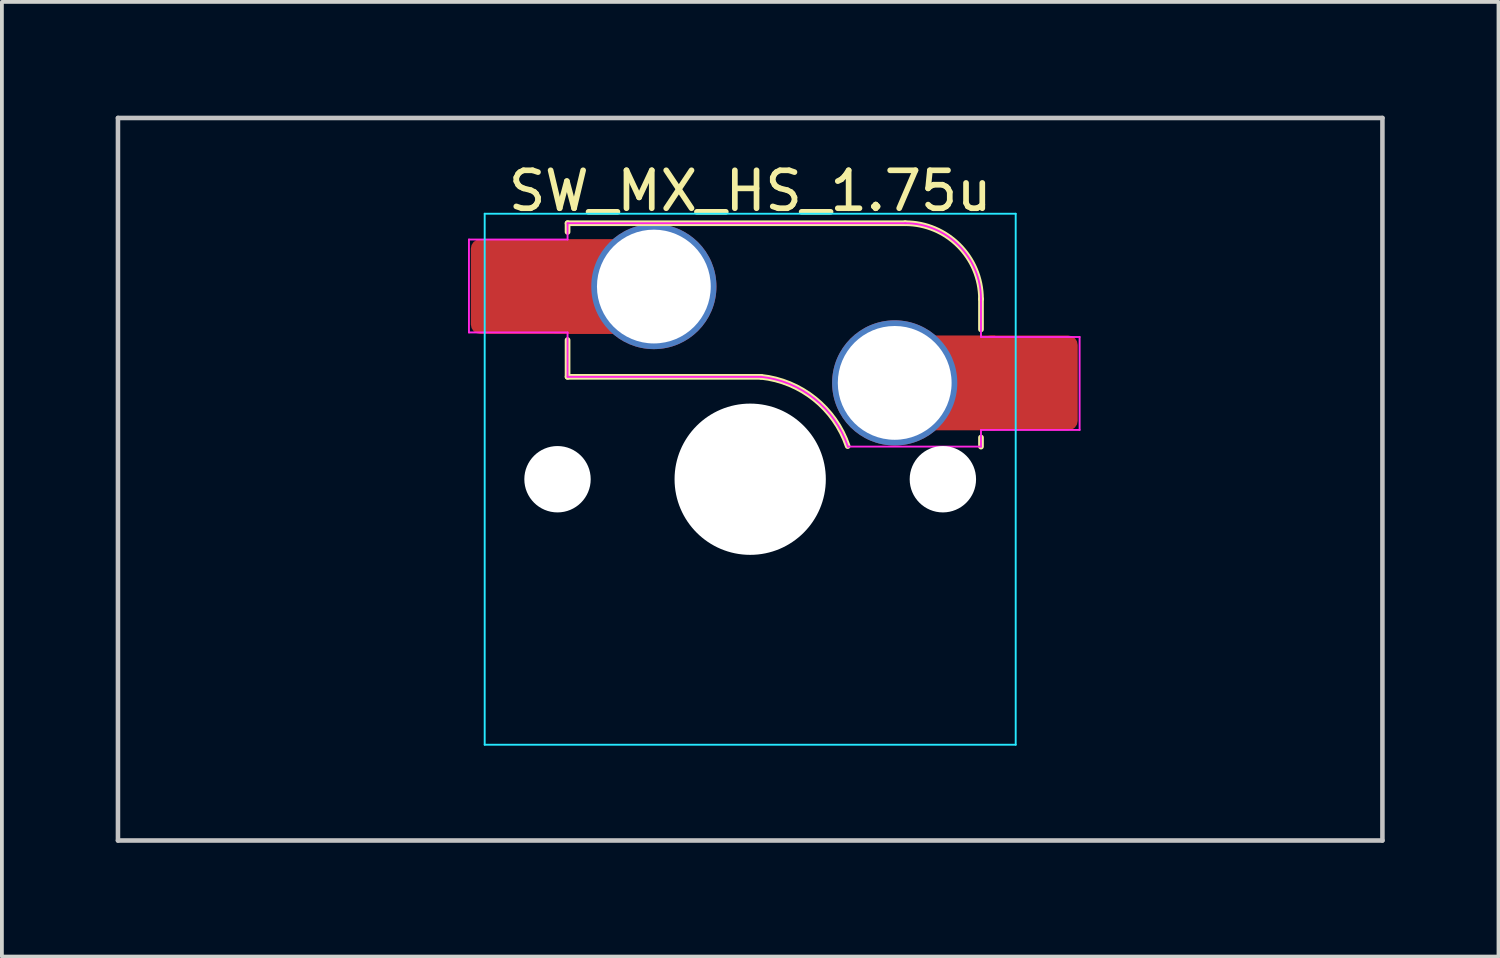
<source format=kicad_pcb>
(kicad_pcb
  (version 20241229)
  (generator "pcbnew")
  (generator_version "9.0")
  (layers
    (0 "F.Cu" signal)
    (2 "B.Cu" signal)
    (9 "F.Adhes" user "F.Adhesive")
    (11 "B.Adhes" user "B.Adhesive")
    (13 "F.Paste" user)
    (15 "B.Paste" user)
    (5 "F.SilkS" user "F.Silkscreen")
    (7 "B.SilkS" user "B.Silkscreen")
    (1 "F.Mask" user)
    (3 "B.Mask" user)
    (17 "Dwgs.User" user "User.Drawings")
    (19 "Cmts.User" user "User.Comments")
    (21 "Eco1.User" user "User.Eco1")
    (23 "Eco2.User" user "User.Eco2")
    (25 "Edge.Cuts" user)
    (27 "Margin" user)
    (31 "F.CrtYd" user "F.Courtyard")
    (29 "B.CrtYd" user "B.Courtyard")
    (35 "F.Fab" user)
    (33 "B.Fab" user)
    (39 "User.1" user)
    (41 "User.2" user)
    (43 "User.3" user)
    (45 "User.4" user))
  (footprint "SW_MX_HS_1.75u"
    (layer "F.Cu")
    (at 16.729 9.585)
    (property "Reference" "SW_MX_HS_1.75u" (at 0 -7.6 0) (layer "F.SilkS") (effects (font (size 1 1) (thickness 0.15))))
    (attr smd)
    (fp_line (start -4.815 -6.75) (end -4.815 -6.52) (stroke (width 0.15) (type solid)) (layer "F.SilkS"))
    (fp_line (start -4.815 -3.67) (end -4.815 -2.7) (stroke (width 0.15) (type solid)) (layer "F.SilkS"))
    (fp_line (start -4.815 -2.7) (end 0.285 -2.7) (stroke (width 0.15) (type solid)) (layer "F.SilkS"))
    (fp_line (start 4.085 -6.75) (end -4.815 -6.75) (stroke (width 0.15) (type solid)) (layer "F.SilkS"))
    (fp_line (start 6.085 -3.95) (end 6.085 -4.75) (stroke (width 0.15) (type solid)) (layer "F.SilkS"))
    (fp_line (start 6.085 -1.1) (end 6.085 -0.86) (stroke (width 0.15) (type solid)) (layer "F.SilkS"))
    (fp_arc (start 0.285176 -2.70022) (mid 1.695046 -2.121163) (end 2.570816 -0.873738) (stroke (width 0.15) (type solid)) (layer "F.SilkS"))
    (fp_arc (start 4.085176 -6.75022) (mid 5.49939 -6.164434) (end 6.085176 -4.75022) (stroke (width 0.15) (type solid)) (layer "F.SilkS"))
    (fp_line (start -16.669 -9.525) (end 16.669 -9.525) (stroke (width 0.12) (type solid)) (layer "Dwgs.User"))
    (fp_line (start -16.669 9.525) (end -16.669 -9.525) (stroke (width 0.12) (type solid)) (layer "Dwgs.User"))
    (fp_line (start 16.669 -9.525) (end 16.669 9.525) (stroke (width 0.12) (type solid)) (layer "Dwgs.User"))
    (fp_line (start 16.669 9.525) (end -16.669 9.525) (stroke (width 0.12) (type solid)) (layer "Dwgs.User"))
    (fp_line (start -7 -6.5) (end -7 6.5) (stroke (width 0.05) (type solid)) (layer "Eco2.User"))
    (fp_line (start -6.5 7) (end 6.5 7) (stroke (width 0.05) (type solid)) (layer "Eco2.User"))
    (fp_line (start 6.5 -7) (end -6.5 -7) (stroke (width 0.05) (type solid)) (layer "Eco2.User"))
    (fp_line (start 7 6.5) (end 7 -6.5) (stroke (width 0.05) (type solid)) (layer "Eco2.User"))
    (fp_arc (start -7 -6.5) (mid -6.853553 -6.853553) (end -6.5 -7) (stroke (width 0.05) (type solid)) (layer "Eco2.User"))
    (fp_arc (start -6.497236 6.998884) (mid -6.850789 6.852437) (end -6.997236 6.498884) (stroke (width 0.05) (type solid)) (layer "Eco2.User"))
    (fp_arc (start 6.5 -7) (mid 6.853553 -6.853553) (end 7 -6.5) (stroke (width 0.05) (type solid)) (layer "Eco2.User"))
    (fp_arc (start 7 6.5) (mid 6.853553 6.853553) (end 6.5 7) (stroke (width 0.05) (type solid)) (layer "Eco2.User"))
    (fp_line (start -7 -7) (end 7 -7) (stroke (width 0.05) (type solid)) (layer "B.CrtYd"))
    (fp_line (start -7 7) (end -7 -7) (stroke (width 0.05) (type solid)) (layer "B.CrtYd"))
    (fp_line (start 7 -7) (end 7 7) (stroke (width 0.05) (type solid)) (layer "B.CrtYd"))
    (fp_line (start 7 7) (end -7 7) (stroke (width 0.05) (type solid)) (layer "B.CrtYd"))
    (fp_line (start -7.415 -6.32) (end -4.815 -6.32) (stroke (width 0.05) (type solid)) (layer "F.CrtYd"))
    (fp_line (start -7.415 -3.87) (end -7.415 -6.32) (stroke (width 0.05) (type solid)) (layer "F.CrtYd"))
    (fp_line (start -4.815 -6.75) (end -4.815 -6.32) (stroke (width 0.05) (type solid)) (layer "F.CrtYd"))
    (fp_line (start -4.815 -3.87) (end -7.415 -3.87) (stroke (width 0.05) (type solid)) (layer "F.CrtYd"))
    (fp_line (start -4.815 -3.87) (end -4.815 -2.7) (stroke (width 0.05) (type solid)) (layer "F.CrtYd"))
    (fp_line (start -4.815 -2.7) (end 0.285 -2.7) (stroke (width 0.05) (type solid)) (layer "F.CrtYd"))
    (fp_line (start 4.085 -6.75) (end -4.815 -6.75) (stroke (width 0.05) (type solid)) (layer "F.CrtYd"))
    (fp_line (start 6.085 -3.75) (end 6.085 -4.75) (stroke (width 0.05) (type solid)) (layer "F.CrtYd"))
    (fp_line (start 6.085 -3.75) (end 8.685 -3.75) (stroke (width 0.05) (type solid)) (layer "F.CrtYd"))
    (fp_line (start 6.085 -1.3) (end 6.085 -0.86) (stroke (width 0.05) (type solid)) (layer "F.CrtYd"))
    (fp_line (start 6.085 -0.86) (end 2.575 -0.86) (stroke (width 0.05) (type solid)) (layer "F.CrtYd"))
    (fp_line (start 8.685 -3.75) (end 8.685 -1.3) (stroke (width 0.05) (type solid)) (layer "F.CrtYd"))
    (fp_line (start 8.685 -1.3) (end 6.085 -1.3) (stroke (width 0.05) (type solid)) (layer "F.CrtYd"))
    (fp_arc (start 0.285176 -2.70022) (mid 1.700627 -2.116659) (end 2.575176 -0.859993) (stroke (width 0.05) (type solid)) (layer "F.CrtYd"))
    (fp_arc (start 4.085176 -6.75022) (mid 5.49939 -6.164434) (end 6.085176 -4.75022) (stroke (width 0.05) (type solid)) (layer "F.CrtYd"))
    (pad "" np_thru_hole circle (at -5.08 0) (size 1.75 1.75) (drill 1.75) (layers "*.Cu" "*.Mask"))
    (pad "" np_thru_hole circle (at 0 0) (size 3.988 3.988) (drill 3.988) (layers "*.Cu" "*.Mask"))
    (pad "" np_thru_hole circle (at 5.08 0) (size 1.75 1.75) (drill 1.75) (layers "*.Cu" "*.Mask"))
    (pad "1" thru_hole circle (at 3.81 -2.54) (size 3.3 3.3) (drill 3) (layers "*.Cu" "*.Mask"))
    (pad "1" smd rect (at 5.635 -2.54 180) (size 1.65 2.5) (layers "F.Cu"))
    (pad "1" smd roundrect (at 7.36 -2.54) (size 2.55 2.5) (layers "F.Cu" "F.Mask" "F.Paste") (roundrect_rratio 0.1))
    (pad "2" smd roundrect (at -6.09 -5.08) (size 2.55 2.5) (layers "F.Cu" "F.Mask" "F.Paste") (roundrect_rratio 0.1))
    (pad "2" smd rect (at -4.34 -5.08) (size 1.65 2.5) (layers "F.Cu"))
    (pad "2" thru_hole circle (at -2.54 -5.08) (size 3.3 3.3) (drill 3) (layers "*.Cu" "*.Mask")))
  (gr_rect
    (start -3 -3)
    (end 36.458 22.17)
    (stroke (width 0.1) (type default))
    (fill no)
    (layer "Edge.Cuts")))
</source>
